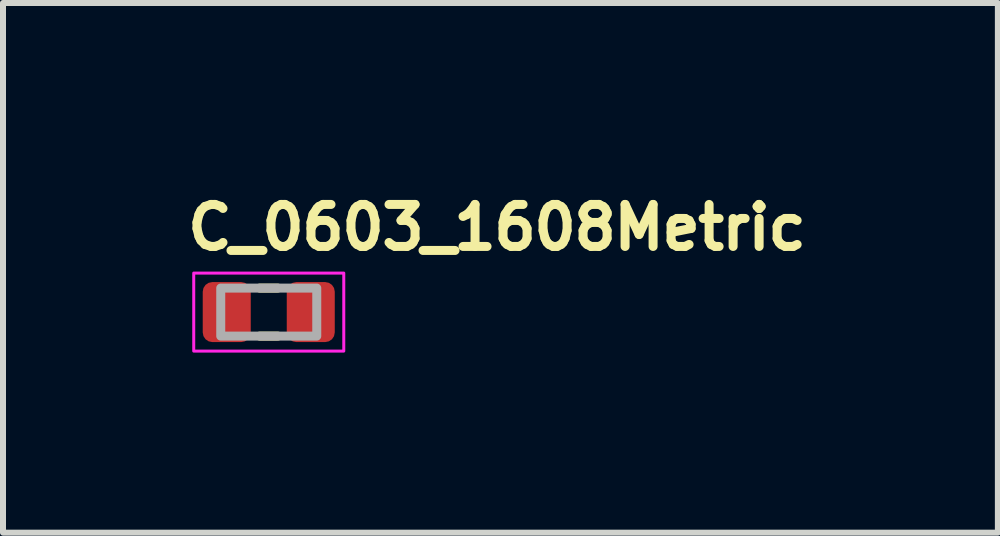
<source format=kicad_pcb>
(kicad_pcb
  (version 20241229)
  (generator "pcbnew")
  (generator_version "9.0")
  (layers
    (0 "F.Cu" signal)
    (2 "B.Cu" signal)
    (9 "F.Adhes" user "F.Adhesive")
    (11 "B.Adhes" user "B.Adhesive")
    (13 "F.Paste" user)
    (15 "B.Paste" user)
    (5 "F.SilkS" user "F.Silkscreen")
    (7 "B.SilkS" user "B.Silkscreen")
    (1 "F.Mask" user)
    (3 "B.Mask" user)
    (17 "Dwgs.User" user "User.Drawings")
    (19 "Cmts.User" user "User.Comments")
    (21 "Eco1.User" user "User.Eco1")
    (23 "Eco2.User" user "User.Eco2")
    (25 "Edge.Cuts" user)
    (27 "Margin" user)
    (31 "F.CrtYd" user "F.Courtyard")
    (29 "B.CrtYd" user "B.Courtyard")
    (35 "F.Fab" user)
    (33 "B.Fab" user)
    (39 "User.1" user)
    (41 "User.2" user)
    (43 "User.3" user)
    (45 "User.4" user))
  (footprint "C_0603_1608Metric"
    (layer "F.Cu")
    (at 1.428 2.15)
    (property "Reference" "C_0603_1608Metric" (at -1.428 -1 0) (layer "F.SilkS") (effects (font (size 0.7 0.7) (thickness 0.15)) (justify left bottom)))
    (attr smd)
    (fp_line (start -0.15 -0.4) (end 0.15 -0.4) (stroke (width 0.15) (type solid)) (layer "F.SilkS"))
    (fp_line (start -0.15 0.4) (end 0.15 0.4) (stroke (width 0.15) (type solid)) (layer "F.SilkS"))
    (fp_rect (start -1.25 -0.65) (end 1.25 0.65) (stroke (width 0.05) (type solid)) (fill no) (layer "F.CrtYd"))
    (fp_rect (start -0.8 -0.4) (end 0.8 0.4) (stroke (width 0.15) (type solid)) (fill no) (layer "F.Fab"))
    (fp_rect (start -0.8 -0.45) (end 0.8 0.45) (stroke (width 0.1) (type solid)) (fill no) (layer "User.5"))
    (fp_line (start -0.801 -0.434) (end -0.801 -0.434) (stroke (width 0.02) (type solid)) (layer "User.9"))
    (fp_line (start -0.801 -0.434) (end -0.801 0.432) (stroke (width 0.02) (type solid)) (layer "User.9"))
    (fp_line (start -0.801 -0.434) (end -0.8 -0.434) (stroke (width 0.02) (type solid)) (layer "User.9"))
    (fp_line (start -0.801 0.432) (end -0.801 0.432) (stroke (width 0.02) (type solid)) (layer "User.9"))
    (fp_line (start -0.801 0.432) (end -0.8 0.433) (stroke (width 0.02) (type solid)) (layer "User.9"))
    (fp_line (start -0.8 -0.44) (end -0.8 -0.439) (stroke (width 0.02) (type solid)) (layer "User.9"))
    (fp_line (start -0.8 -0.439) (end -0.8 -0.438) (stroke (width 0.02) (type solid)) (layer "User.9"))
    (fp_line (start -0.8 -0.438) (end -0.8 -0.438) (stroke (width 0.02) (type solid)) (layer "User.9"))
    (fp_line (start -0.8 -0.438) (end -0.8 -0.437) (stroke (width 0.02) (type solid)) (layer "User.9"))
    (fp_line (start -0.8 -0.437) (end -0.8 -0.436) (stroke (width 0.02) (type solid)) (layer "User.9"))
    (fp_line (start -0.8 -0.436) (end -0.8 -0.435) (stroke (width 0.02) (type solid)) (layer "User.9"))
    (fp_line (start -0.8 -0.435) (end -0.801 -0.434) (stroke (width 0.02) (type solid)) (layer "User.9"))
    (fp_line (start -0.8 -0.434) (end -0.8 -0.433) (stroke (width 0.02) (type solid)) (layer "User.9"))
    (fp_line (start -0.8 -0.433) (end -0.8 -0.432) (stroke (width 0.02) (type solid)) (layer "User.9"))
    (fp_line (start -0.8 -0.432) (end -0.8 -0.431) (stroke (width 0.02) (type solid)) (layer "User.9"))
    (fp_line (start -0.8 -0.431) (end -0.8 -0.431) (stroke (width 0.02) (type solid)) (layer "User.9"))
    (fp_line (start -0.8 -0.431) (end -0.8 -0.43) (stroke (width 0.02) (type solid)) (layer "User.9"))
    (fp_line (start -0.8 -0.43) (end -0.8 -0.429) (stroke (width 0.02) (type solid)) (layer "User.9"))
    (fp_line (start -0.8 -0.429) (end -0.799 -0.428) (stroke (width 0.02) (type solid)) (layer "User.9"))
    (fp_line (start -0.8 0.427) (end -0.8 0.428) (stroke (width 0.02) (type solid)) (layer "User.9"))
    (fp_line (start -0.8 0.428) (end -0.8 0.429) (stroke (width 0.02) (type solid)) (layer "User.9"))
    (fp_line (start -0.8 0.429) (end -0.8 0.429) (stroke (width 0.02) (type solid)) (layer "User.9"))
    (fp_line (start -0.8 0.429) (end -0.8 0.43) (stroke (width 0.02) (type solid)) (layer "User.9"))
    (fp_line (start -0.8 0.43) (end -0.8 0.431) (stroke (width 0.02) (type solid)) (layer "User.9"))
    (fp_line (start -0.8 0.431) (end -0.8 0.432) (stroke (width 0.02) (type solid)) (layer "User.9"))
    (fp_line (start -0.8 0.432) (end -0.801 0.432) (stroke (width 0.02) (type solid)) (layer "User.9"))
    (fp_line (start -0.8 0.433) (end -0.8 0.434) (stroke (width 0.02) (type solid)) (layer "User.9"))
    (fp_line (start -0.8 0.434) (end -0.8 0.435) (stroke (width 0.02) (type solid)) (layer "User.9"))
    (fp_line (start -0.8 0.435) (end -0.8 0.436) (stroke (width 0.02) (type solid)) (layer "User.9"))
    (fp_line (start -0.8 0.436) (end -0.8 0.436) (stroke (width 0.02) (type solid)) (layer "User.9"))
    (fp_line (start -0.8 0.436) (end -0.8 0.437) (stroke (width 0.02) (type solid)) (layer "User.9"))
    (fp_line (start -0.8 0.437) (end -0.8 0.438) (stroke (width 0.02) (type solid)) (layer "User.9"))
    (fp_line (start -0.8 0.438) (end -0.799 0.439) (stroke (width 0.02) (type solid)) (layer "User.9"))
    (fp_line (start -0.799 -0.442) (end -0.799 -0.441) (stroke (width 0.02) (type solid)) (layer "User.9"))
    (fp_line (start -0.799 -0.441) (end -0.8 -0.44) (stroke (width 0.02) (type solid)) (layer "User.9"))
    (fp_line (start -0.799 -0.441) (end -0.799 -0.441) (stroke (width 0.02) (type solid)) (layer "User.9"))
    (fp_line (start -0.799 -0.428) (end -0.799 -0.428) (stroke (width 0.02) (type solid)) (layer "User.9"))
    (fp_line (start -0.799 -0.428) (end -0.799 -0.427) (stroke (width 0.02) (type solid)) (layer "User.9"))
    (fp_line (start -0.799 -0.427) (end -0.798 -0.426) (stroke (width 0.02) (type solid)) (layer "User.9"))
    (fp_line (start -0.799 0.425) (end -0.799 0.426) (stroke (width 0.02) (type solid)) (layer "User.9"))
    (fp_line (start -0.799 0.426) (end -0.8 0.427) (stroke (width 0.02) (type solid)) (layer "User.9"))
    (fp_line (start -0.799 0.426) (end -0.799 0.426) (stroke (width 0.02) (type solid)) (layer "User.9"))
    (fp_line (start -0.799 0.439) (end -0.799 0.439) (stroke (width 0.02) (type solid)) (layer "User.9"))
    (fp_line (start -0.799 0.439) (end -0.799 0.44) (stroke (width 0.02) (type solid)) (layer "User.9"))
    (fp_line (start -0.799 0.44) (end -0.798 0.441) (stroke (width 0.02) (type solid)) (layer "User.9"))
    (fp_line (start -0.798 -0.443) (end -0.799 -0.442) (stroke (width 0.02) (type solid)) (layer "User.9"))
    (fp_line (start -0.798 -0.443) (end -0.798 -0.443) (stroke (width 0.02) (type solid)) (layer "User.9"))
    (fp_line (start -0.798 -0.426) (end -0.798 -0.426) (stroke (width 0.02) (type solid)) (layer "User.9"))
    (fp_line (start -0.798 -0.426) (end -0.797 -0.425) (stroke (width 0.02) (type solid)) (layer "User.9"))
    (fp_line (start -0.798 0.424) (end -0.799 0.425) (stroke (width 0.02) (type solid)) (layer "User.9"))
    (fp_line (start -0.798 0.424) (end -0.798 0.424) (stroke (width 0.02) (type solid)) (layer "User.9"))
    (fp_line (start -0.798 0.441) (end -0.798 0.441) (stroke (width 0.02) (type solid)) (layer "User.9"))
    (fp_line (start -0.798 0.441) (end -0.797 0.442) (stroke (width 0.02) (type solid)) (layer "User.9"))
    (fp_line (start -0.797 -0.445) (end -0.797 -0.444) (stroke (width 0.02) (type solid)) (layer "User.9"))
    (fp_line (start -0.797 -0.444) (end -0.798 -0.443) (stroke (width 0.02) (type solid)) (layer "User.9"))
    (fp_line (start -0.797 -0.425) (end -0.797 -0.424) (stroke (width 0.02) (type solid)) (layer "User.9"))
    (fp_line (start -0.797 -0.424) (end -0.796 -0.424) (stroke (width 0.02) (type solid)) (layer "User.9"))
    (fp_line (start -0.797 0.422) (end -0.797 0.423) (stroke (width 0.02) (type solid)) (layer "User.9"))
    (fp_line (start -0.797 0.423) (end -0.798 0.424) (stroke (width 0.02) (type solid)) (layer "User.9"))
    (fp_line (start -0.797 0.442) (end -0.797 0.443) (stroke (width 0.02) (type solid)) (layer "User.9"))
    (fp_line (start -0.797 0.443) (end -0.796 0.443) (stroke (width 0.02) (type solid)) (layer "User.9"))
    (fp_line (start -0.796 -0.446) (end -0.796 -0.445) (stroke (width 0.02) (type solid)) (layer "User.9"))
    (fp_line (start -0.796 -0.445) (end -0.797 -0.445) (stroke (width 0.02) (type solid)) (layer "User.9"))
    (fp_line (start -0.796 -0.424) (end -0.796 -0.423) (stroke (width 0.02) (type solid)) (layer "User.9"))
    (fp_line (start -0.796 -0.423) (end -0.795 -0.423) (stroke (width 0.02) (type solid)) (layer "User.9"))
    (fp_line (start -0.796 0.421) (end -0.796 0.422) (stroke (width 0.02) (type solid)) (layer "User.9"))
    (fp_line (start -0.796 0.422) (end -0.797 0.422) (stroke (width 0.02) (type solid)) (layer "User.9"))
    (fp_line (start -0.796 0.443) (end -0.796 0.444) (stroke (width 0.02) (type solid)) (layer "User.9"))
    (fp_line (start -0.796 0.444) (end -0.795 0.444) (stroke (width 0.02) (type solid)) (layer "User.9"))
    (fp_line (start -0.795 -0.447) (end -0.795 -0.446) (stroke (width 0.02) (type solid)) (layer "User.9"))
    (fp_line (start -0.795 -0.446) (end -0.796 -0.446) (stroke (width 0.02) (type solid)) (layer "User.9"))
    (fp_line (start -0.795 -0.423) (end -0.795 -0.422) (stroke (width 0.02) (type solid)) (layer "User.9"))
    (fp_line (start -0.795 -0.422) (end -0.794 -0.422) (stroke (width 0.02) (type solid)) (layer "User.9"))
    (fp_line (start -0.795 0.42) (end -0.795 0.421) (stroke (width 0.02) (type solid)) (layer "User.9"))
    (fp_line (start -0.795 0.421) (end -0.796 0.421) (stroke (width 0.02) (type solid)) (layer "User.9"))
    (fp_line (start -0.795 0.444) (end -0.795 0.445) (stroke (width 0.02) (type solid)) (layer "User.9"))
    (fp_line (start -0.795 0.445) (end -0.794 0.445) (stroke (width 0.02) (type solid)) (layer "User.9"))
    (fp_line (start -0.794 -0.447) (end -0.795 -0.447) (stroke (width 0.02) (type solid)) (layer "User.9"))
    (fp_line (start -0.794 -0.422) (end -0.793 -0.421) (stroke (width 0.02) (type solid)) (layer "User.9"))
    (fp_line (start -0.794 0.42) (end -0.795 0.42) (stroke (width 0.02) (type solid)) (layer "User.9"))
    (fp_line (start -0.794 0.445) (end -0.793 0.446) (stroke (width 0.02) (type solid)) (layer "User.9"))
    (fp_line (start -0.793 -0.448) (end -0.794 -0.447) (stroke (width 0.02) (type solid)) (layer "User.9"))
    (fp_line (start -0.793 -0.448) (end -0.793 -0.448) (stroke (width 0.02) (type solid)) (layer "User.9"))
    (fp_line (start -0.793 -0.421) (end -0.793 -0.421) (stroke (width 0.02) (type solid)) (layer "User.9"))
    (fp_line (start -0.793 -0.421) (end -0.792 -0.42) (stroke (width 0.02) (type solid)) (layer "User.9"))
    (fp_line (start -0.793 0.419) (end -0.794 0.42) (stroke (width 0.02) (type solid)) (layer "User.9"))
    (fp_line (start -0.793 0.419) (end -0.793 0.419) (stroke (width 0.02) (type solid)) (layer "User.9"))
    (fp_line (start -0.793 0.446) (end -0.793 0.446) (stroke (width 0.02) (type solid)) (layer "User.9"))
    (fp_line (start -0.793 0.446) (end -0.792 0.448) (stroke (width 0.02) (type solid)) (layer "User.9"))
    (fp_line (start -0.792 -0.45) (end -0.793 -0.448) (stroke (width 0.02) (type solid)) (layer "User.9"))
    (fp_line (start -0.792 -0.42) (end -0.791 -0.42) (stroke (width 0.02) (type solid)) (layer "User.9"))
    (fp_line (start -0.792 0.418) (end -0.793 0.419) (stroke (width 0.02) (type solid)) (layer "User.9"))
    (fp_line (start -0.792 0.448) (end -0.791 0.448) (stroke (width 0.02) (type solid)) (layer "User.9"))
    (fp_line (start -0.791 -0.45) (end -0.792 -0.45) (stroke (width 0.02) (type solid)) (layer "User.9"))
    (fp_line (start -0.791 -0.45) (end -0.791 -0.45) (stroke (width 0.02) (type solid)) (layer "User.9"))
    (fp_line (start -0.791 -0.42) (end -0.791 -0.42) (stroke (width 0.02) (type solid)) (layer "User.9"))
    (fp_line (start -0.791 -0.42) (end -0.79 -0.419) (stroke (width 0.02) (type solid)) (layer "User.9"))
    (fp_line (start -0.791 0.418) (end -0.792 0.418) (stroke (width 0.02) (type solid)) (layer "User.9"))
    (fp_line (start -0.791 0.418) (end -0.791 0.418) (stroke (width 0.02) (type solid)) (layer "User.9"))
    (fp_line (start -0.791 0.448) (end -0.791 0.448) (stroke (width 0.02) (type solid)) (layer "User.9"))
    (fp_line (start -0.791 0.448) (end -0.79 0.449) (stroke (width 0.02) (type solid)) (layer "User.9"))
    (fp_line (start -0.79 -0.451) (end -0.791 -0.45) (stroke (width 0.02) (type solid)) (layer "User.9"))
    (fp_line (start -0.79 -0.419) (end -0.789 -0.419) (stroke (width 0.02) (type solid)) (layer "User.9"))
    (fp_line (start -0.79 0.417) (end -0.791 0.418) (stroke (width 0.02) (type solid)) (layer "User.9"))
    (fp_line (start -0.79 0.449) (end -0.789 0.449) (stroke (width 0.02) (type solid)) (layer "User.9"))
    (fp_line (start -0.789 -0.451) (end -0.79 -0.451) (stroke (width 0.02) (type solid)) (layer "User.9"))
    (fp_line (start -0.789 -0.419) (end -0.788 -0.419) (stroke (width 0.02) (type solid)) (layer "User.9"))
    (fp_line (start -0.789 0.417) (end -0.79 0.417) (stroke (width 0.02) (type solid)) (layer "User.9"))
    (fp_line (start -0.789 0.449) (end -0.788 0.449) (stroke (width 0.02) (type solid)) (layer "User.9"))
    (fp_line (start -0.788 -0.451) (end -0.789 -0.451) (stroke (width 0.02) (type solid)) (layer "User.9"))
    (fp_line (start -0.788 -0.451) (end -0.788 -0.451) (stroke (width 0.02) (type solid)) (layer "User.9"))
    (fp_line (start -0.788 -0.419) (end -0.788 -0.419) (stroke (width 0.02) (type solid)) (layer "User.9"))
    (fp_line (start -0.788 -0.419) (end -0.787 -0.419) (stroke (width 0.02) (type solid)) (layer "User.9"))
    (fp_line (start -0.788 0.417) (end -0.789 0.417) (stroke (width 0.02) (type solid)) (layer "User.9"))
    (fp_line (start -0.788 0.417) (end -0.788 0.417) (stroke (width 0.02) (type solid)) (layer "User.9"))
    (fp_line (start -0.788 0.449) (end -0.788 0.449) (stroke (width 0.02) (type solid)) (layer "User.9"))
    (fp_line (start -0.788 0.449) (end -0.787 0.449) (stroke (width 0.02) (type solid)) (layer "User.9"))
    (fp_line (start -0.787 -0.451) (end -0.788 -0.451) (stroke (width 0.02) (type solid)) (layer "User.9"))
    (fp_line (start -0.787 -0.419) (end -0.786 -0.419) (stroke (width 0.02) (type solid)) (layer "User.9"))
    (fp_line (start -0.787 0.417) (end -0.788 0.417) (stroke (width 0.02) (type solid)) (layer "User.9"))
    (fp_line (start -0.787 0.449) (end -0.786 0.449) (stroke (width 0.02) (type solid)) (layer "User.9"))
    (fp_line (start -0.786 -0.451) (end -0.787 -0.451) (stroke (width 0.02) (type solid)) (layer "User.9"))
    (fp_line (start -0.786 -0.419) (end -0.785 -0.419) (stroke (width 0.02) (type solid)) (layer "User.9"))
    (fp_line (start -0.786 0.417) (end -0.787 0.417) (stroke (width 0.02) (type solid)) (layer "User.9"))
    (fp_line (start -0.786 0.449) (end -0.785 0.449) (stroke (width 0.02) (type solid)) (layer "User.9"))
    (fp_line (start -0.785 -0.452) (end -0.785 -0.452) (stroke (width 0.02) (type solid)) (layer "User.9"))
    (fp_line (start -0.785 -0.452) (end -0.785 -0.451) (stroke (width 0.02) (type solid)) (layer "User.9"))
    (fp_line (start -0.785 -0.451) (end -0.786 -0.451) (stroke (width 0.02) (type solid)) (layer "User.9"))
    (fp_line (start -0.785 -0.419) (end -0.785 -0.418) (stroke (width 0.02) (type solid)) (layer "User.9"))
    (fp_line (start -0.785 -0.418) (end -0.785 -0.418) (stroke (width 0.02) (type solid)) (layer "User.9"))
    (fp_line (start -0.785 -0.418) (end -0.784 -0.419) (stroke (width 0.02) (type solid)) (layer "User.9"))
    (fp_line (start -0.785 0.416) (end -0.785 0.416) (stroke (width 0.02) (type solid)) (layer "User.9"))
    (fp_line (start -0.785 0.416) (end -0.785 0.417) (stroke (width 0.02) (type solid)) (layer "User.9"))
    (fp_line (start -0.785 0.417) (end -0.786 0.417) (stroke (width 0.02) (type solid)) (layer "User.9"))
    (fp_line (start -0.785 0.449) (end -0.785 0.45) (stroke (width 0.02) (type solid)) (layer "User.9"))
    (fp_line (start -0.785 0.45) (end -0.785 0.45) (stroke (width 0.02) (type solid)) (layer "User.9"))
    (fp_line (start -0.785 0.45) (end -0.784 0.449) (stroke (width 0.02) (type solid)) (layer "User.9"))
    (fp_line (start -0.784 -0.451) (end -0.785 -0.452) (stroke (width 0.02) (type solid)) (layer "User.9"))
    (fp_line (start -0.784 -0.419) (end -0.783 -0.419) (stroke (width 0.02) (type solid)) (layer "User.9"))
    (fp_line (start -0.784 0.417) (end -0.785 0.416) (stroke (width 0.02) (type solid)) (layer "User.9"))
    (fp_line (start -0.784 0.449) (end -0.783 0.449) (stroke (width 0.02) (type solid)) (layer "User.9"))
    (fp_line (start -0.783 -0.451) (end -0.784 -0.451) (stroke (width 0.02) (type solid)) (layer "User.9"))
    (fp_line (start -0.783 -0.419) (end -0.782 -0.419) (stroke (width 0.02) (type solid)) (layer "User.9"))
    (fp_line (start -0.783 0.417) (end -0.784 0.417) (stroke (width 0.02) (type solid)) (layer "User.9"))
    (fp_line (start -0.783 0.449) (end -0.782 0.449) (stroke (width 0.02) (type solid)) (layer "User.9"))
    (fp_line (start -0.782 -0.451) (end -0.783 -0.451) (stroke (width 0.02) (type solid)) (layer "User.9"))
    (fp_line (start -0.782 -0.419) (end -0.781 -0.419) (stroke (width 0.02) (type solid)) (layer "User.9"))
    (fp_line (start -0.782 0.417) (end -0.783 0.417) (stroke (width 0.02) (type solid)) (layer "User.9"))
    (fp_line (start -0.782 0.449) (end -0.781 0.449) (stroke (width 0.02) (type solid)) (layer "User.9"))
    (fp_line (start -0.781 -0.451) (end -0.782 -0.451) (stroke (width 0.02) (type solid)) (layer "User.9"))
    (fp_line (start -0.781 -0.451) (end -0.781 -0.451) (stroke (width 0.02) (type solid)) (layer "User.9"))
    (fp_line (start -0.781 -0.419) (end -0.781 -0.419) (stroke (width 0.02) (type solid)) (layer "User.9"))
    (fp_line (start -0.781 -0.419) (end -0.78 -0.419) (stroke (width 0.02) (type solid)) (layer "User.9"))
    (fp_line (start -0.781 0.417) (end -0.782 0.417) (stroke (width 0.02) (type solid)) (layer "User.9"))
    (fp_line (start -0.781 0.417) (end -0.781 0.417) (stroke (width 0.02) (type solid)) (layer "User.9"))
    (fp_line (start -0.781 0.449) (end -0.781 0.449) (stroke (width 0.02) (type solid)) (layer "User.9"))
    (fp_line (start -0.781 0.449) (end -0.78 0.449) (stroke (width 0.02) (type solid)) (layer "User.9"))
    (fp_line (start -0.78 -0.451) (end -0.781 -0.451) (stroke (width 0.02) (type solid)) (layer "User.9"))
    (fp_line (start -0.78 -0.419) (end -0.779 -0.419) (stroke (width 0.02) (type solid)) (layer "User.9"))
    (fp_line (start -0.78 0.417) (end -0.781 0.417) (stroke (width 0.02) (type solid)) (layer "User.9"))
    (fp_line (start -0.78 0.449) (end -0.779 0.449) (stroke (width 0.02) (type solid)) (layer "User.9"))
    (fp_line (start -0.779 -0.451) (end -0.78 -0.451) (stroke (width 0.02) (type solid)) (layer "User.9"))
    (fp_line (start -0.779 -0.419) (end -0.778 -0.42) (stroke (width 0.02) (type solid)) (layer "User.9"))
    (fp_line (start -0.779 0.417) (end -0.78 0.417) (stroke (width 0.02) (type solid)) (layer "User.9"))
    (fp_line (start -0.779 0.449) (end -0.778 0.448) (stroke (width 0.02) (type solid)) (layer "User.9"))
    (fp_line (start -0.778 -0.45) (end -0.779 -0.451) (stroke (width 0.02) (type solid)) (layer "User.9"))
    (fp_line (start -0.778 -0.45) (end -0.778 -0.45) (stroke (width 0.02) (type solid)) (layer "User.9"))
    (fp_line (start -0.778 -0.42) (end -0.778 -0.42) (stroke (width 0.02) (type solid)) (layer "User.9"))
    (fp_line (start -0.778 -0.42) (end -0.777 -0.42) (stroke (width 0.02) (type solid)) (layer "User.9"))
    (fp_line (start -0.778 0.418) (end -0.779 0.417) (stroke (width 0.02) (type solid)) (layer "User.9"))
    (fp_line (start -0.778 0.418) (end -0.778 0.418) (stroke (width 0.02) (type solid)) (layer "User.9"))
    (fp_line (start -0.778 0.448) (end -0.778 0.448) (stroke (width 0.02) (type solid)) (layer "User.9"))
    (fp_line (start -0.778 0.448) (end -0.777 0.448) (stroke (width 0.02) (type solid)) (layer "User.9"))
    (fp_line (start -0.777 -0.45) (end -0.778 -0.45) (stroke (width 0.02) (type solid)) (layer "User.9"))
    (fp_line (start -0.777 -0.42) (end -0.776 -0.421) (stroke (width 0.02) (type solid)) (layer "User.9"))
    (fp_line (start -0.777 0.418) (end -0.778 0.418) (stroke (width 0.02) (type solid)) (layer "User.9"))
    (fp_line (start -0.777 0.448) (end -0.776 0.446) (stroke (width 0.02) (type solid)) (layer "User.9"))
    (fp_line (start -0.776 -0.448) (end -0.777 -0.45) (stroke (width 0.02) (type solid)) (layer "User.9"))
    (fp_line (start -0.776 -0.448) (end -0.776 -0.448) (stroke (width 0.02) (type solid)) (layer "User.9"))
    (fp_line (start -0.776 -0.421) (end -0.776 -0.421) (stroke (width 0.02) (type solid)) (layer "User.9"))
    (fp_line (start -0.776 -0.421) (end -0.775 -0.422) (stroke (width 0.02) (type solid)) (layer "User.9"))
    (fp_line (start -0.776 0.419) (end -0.777 0.418) (stroke (width 0.02) (type solid)) (layer "User.9"))
    (fp_line (start -0.776 0.419) (end -0.776 0.419) (stroke (width 0.02) (type solid)) (layer "User.9"))
    (fp_line (start -0.776 0.446) (end -0.776 0.446) (stroke (width 0.02) (type solid)) (layer "User.9"))
    (fp_line (start -0.776 0.446) (end -0.775 0.445) (stroke (width 0.02) (type solid)) (layer "User.9"))
    (fp_line (start -0.775 -0.447) (end -0.776 -0.448) (stroke (width 0.02) (type solid)) (layer "User.9"))
    (fp_line (start -0.775 -0.422) (end -0.774 -0.422) (stroke (width 0.02) (type solid)) (layer "User.9"))
    (fp_line (start -0.775 0.42) (end -0.776 0.419) (stroke (width 0.02) (type solid)) (layer "User.9"))
    (fp_line (start -0.775 0.445) (end -0.774 0.445) (stroke (width 0.02) (type solid)) (layer "User.9"))
    (fp_line (start -0.774 -0.447) (end -0.775 -0.447) (stroke (width 0.02) (type solid)) (layer "User.9"))
    (fp_line (start -0.774 -0.446) (end -0.774 -0.447) (stroke (width 0.02) (type solid)) (layer "User.9"))
    (fp_line (start -0.774 -0.423) (end -0.773 -0.423) (stroke (width 0.02) (type solid)) (layer "User.9"))
    (fp_line (start -0.774 -0.422) (end -0.774 -0.423) (stroke (width 0.02) (type solid)) (layer "User.9"))
    (fp_line (start -0.774 0.42) (end -0.775 0.42) (stroke (width 0.02) (type solid)) (layer "User.9"))
    (fp_line (start -0.774 0.421) (end -0.774 0.42) (stroke (width 0.02) (type solid)) (layer "User.9"))
    (fp_line (start -0.774 0.444) (end -0.773 0.444) (stroke (width 0.02) (type solid)) (layer "User.9"))
    (fp_line (start -0.774 0.445) (end -0.774 0.444) (stroke (width 0.02) (type solid)) (layer "User.9"))
    (fp_line (start -0.773 -0.446) (end -0.774 -0.446) (stroke (width 0.02) (type solid)) (layer "User.9"))
    (fp_line (start -0.773 -0.445) (end -0.773 -0.446) (stroke (width 0.02) (type solid)) (layer "User.9"))
    (fp_line (start -0.773 -0.424) (end -0.772 -0.424) (stroke (width 0.02) (type solid)) (layer "User.9"))
    (fp_line (start -0.773 -0.423) (end -0.773 -0.424) (stroke (width 0.02) (type solid)) (layer "User.9"))
    (fp_line (start -0.773 0.421) (end -0.774 0.421) (stroke (width 0.02) (type solid)) (layer "User.9"))
    (fp_line (start -0.773 0.422) (end -0.773 0.421) (stroke (width 0.02) (type solid)) (layer "User.9"))
    (fp_line (start -0.773 0.443) (end -0.772 0.443) (stroke (width 0.02) (type solid)) (layer "User.9"))
    (fp_line (start -0.773 0.444) (end -0.773 0.443) (stroke (width 0.02) (type solid)) (layer "User.9"))
    (fp_line (start -0.772 -0.445) (end -0.773 -0.445) (stroke (width 0.02) (type solid)) (layer "User.9"))
    (fp_line (start -0.772 -0.444) (end -0.772 -0.445) (stroke (width 0.02) (type solid)) (layer "User.9"))
    (fp_line (start -0.772 -0.425) (end -0.771 -0.426) (stroke (width 0.02) (type solid)) (layer "User.9"))
    (fp_line (start -0.772 -0.424) (end -0.772 -0.425) (stroke (width 0.02) (type solid)) (layer "User.9"))
    (fp_line (start -0.772 0.422) (end -0.773 0.422) (stroke (width 0.02) (type solid)) (layer "User.9"))
    (fp_line (start -0.772 0.423) (end -0.772 0.422) (stroke (width 0.02) (type solid)) (layer "User.9"))
    (fp_line (start -0.772 0.442) (end -0.771 0.441) (stroke (width 0.02) (type solid)) (layer "User.9"))
    (fp_line (start -0.772 0.443) (end -0.772 0.442) (stroke (width 0.02) (type solid)) (layer "User.9"))
    (fp_line (start -0.771 -0.443) (end -0.772 -0.444) (stroke (width 0.02) (type solid)) (layer "User.9"))
    (fp_line (start -0.771 -0.443) (end -0.771 -0.443) (stroke (width 0.02) (type solid)) (layer "User.9"))
    (fp_line (start -0.771 -0.426) (end -0.771 -0.426) (stroke (width 0.02) (type solid)) (layer "User.9"))
    (fp_line (start -0.771 -0.426) (end -0.77 -0.427) (stroke (width 0.02) (type solid)) (layer "User.9"))
    (fp_line (start -0.771 0.424) (end -0.772 0.423) (stroke (width 0.02) (type solid)) (layer "User.9"))
    (fp_line (start -0.771 0.424) (end -0.771 0.424) (stroke (width 0.02) (type solid)) (layer "User.9"))
    (fp_line (start -0.771 0.441) (end -0.771 0.441) (stroke (width 0.02) (type solid)) (layer "User.9"))
    (fp_line (start -0.771 0.441) (end -0.77 0.44) (stroke (width 0.02) (type solid)) (layer "User.9"))
    (fp_line (start -0.77 -0.442) (end -0.771 -0.443) (stroke (width 0.02) (type solid)) (layer "User.9"))
    (fp_line (start -0.77 -0.441) (end -0.77 -0.442) (stroke (width 0.02) (type solid)) (layer "User.9"))
    (fp_line (start -0.77 -0.441) (end -0.77 -0.441) (stroke (width 0.02) (type solid)) (layer "User.9"))
    (fp_line (start -0.77 -0.428) (end -0.77 -0.428) (stroke (width 0.02) (type solid)) (layer "User.9"))
    (fp_line (start -0.77 -0.428) (end -0.769 -0.429) (stroke (width 0.02) (type solid)) (layer "User.9"))
    (fp_line (start -0.77 -0.427) (end -0.77 -0.428) (stroke (width 0.02) (type solid)) (layer "User.9"))
    (fp_line (start -0.77 0.425) (end -0.771 0.424) (stroke (width 0.02) (type solid)) (layer "User.9"))
    (fp_line (start -0.77 0.426) (end -0.77 0.425) (stroke (width 0.02) (type solid)) (layer "User.9"))
    (fp_line (start -0.77 0.426) (end -0.77 0.426) (stroke (width 0.02) (type solid)) (layer "User.9"))
    (fp_line (start -0.77 0.439) (end -0.77 0.439) (stroke (width 0.02) (type solid)) (layer "User.9"))
    (fp_line (start -0.77 0.439) (end -0.769 0.438) (stroke (width 0.02) (type solid)) (layer "User.9"))
    (fp_line (start -0.77 0.44) (end -0.77 0.439) (stroke (width 0.02) (type solid)) (layer "User.9"))
    (fp_line (start -0.769 -0.44) (end -0.77 -0.441) (stroke (width 0.02) (type solid)) (layer "User.9"))
    (fp_line (start -0.769 -0.439) (end -0.769 -0.44) (stroke (width 0.02) (type solid)) (layer "User.9"))
    (fp_line (start -0.769 -0.438) (end -0.769 -0.439) (stroke (width 0.02) (type solid)) (layer "User.9"))
    (fp_line (start -0.769 -0.438) (end -0.769 -0.438) (stroke (width 0.02) (type solid)) (layer "User.9"))
    (fp_line (start -0.769 -0.437) (end -0.769 -0.438) (stroke (width 0.02) (type solid)) (layer "User.9"))
    (fp_line (start -0.769 -0.436) (end -0.769 -0.437) (stroke (width 0.02) (type solid)) (layer "User.9"))
    (fp_line (start -0.769 -0.435) (end -0.769 -0.436) (stroke (width 0.02) (type solid)) (layer "User.9"))
    (fp_line (start -0.769 -0.434) (end -0.767 -0.434) (stroke (width 0.02) (type solid)) (layer "User.9"))
    (fp_line (start -0.769 -0.433) (end -0.769 -0.434) (stroke (width 0.02) (type solid)) (layer "User.9"))
    (fp_line (start -0.769 -0.432) (end -0.769 -0.433) (stroke (width 0.02) (type solid)) (layer "User.9"))
    (fp_line (start -0.769 -0.431) (end -0.769 -0.432) (stroke (width 0.02) (type solid)) (layer "User.9"))
    (fp_line (start -0.769 -0.431) (end -0.769 -0.431) (stroke (width 0.02) (type solid)) (layer "User.9"))
    (fp_line (start -0.769 -0.43) (end -0.769 -0.431) (stroke (width 0.02) (type solid)) (layer "User.9"))
    (fp_line (start -0.769 -0.429) (end -0.769 -0.43) (stroke (width 0.02) (type solid)) (layer "User.9"))
    (fp_line (start -0.769 0.427) (end -0.77 0.426) (stroke (width 0.02) (type solid)) (layer "User.9"))
    (fp_line (start -0.769 0.428) (end -0.769 0.427) (stroke (width 0.02) (type solid)) (layer "User.9"))
    (fp_line (start -0.769 0.429) (end -0.769 0.428) (stroke (width 0.02) (type solid)) (layer "User.9"))
    (fp_line (start -0.769 0.429) (end -0.769 0.429) (stroke (width 0.02) (type solid)) (layer "User.9"))
    (fp_line (start -0.769 0.43) (end -0.769 0.429) (stroke (width 0.02) (type solid)) (layer "User.9"))
    (fp_line (start -0.769 0.431) (end -0.769 0.43) (stroke (width 0.02) (type solid)) (layer "User.9"))
    (fp_line (start -0.769 0.432) (end -0.769 0.431) (stroke (width 0.02) (type solid)) (layer "User.9"))
    (fp_line (start -0.769 0.433) (end -0.767 0.432) (stroke (width 0.02) (type solid)) (layer "User.9"))
    (fp_line (start -0.769 0.434) (end -0.769 0.433) (stroke (width 0.02) (type solid)) (layer "User.9"))
    (fp_line (start -0.769 0.435) (end -0.769 0.434) (stroke (width 0.02) (type solid)) (layer "User.9"))
    (fp_line (start -0.769 0.436) (end -0.769 0.435) (stroke (width 0.02) (type solid)) (layer "User.9"))
    (fp_line (start -0.769 0.436) (end -0.769 0.436) (stroke (width 0.02) (type solid)) (layer "User.9"))
    (fp_line (start -0.769 0.437) (end -0.769 0.436) (stroke (width 0.02) (type solid)) (layer "User.9"))
    (fp_line (start -0.769 0.438) (end -0.769 0.437) (stroke (width 0.02) (type solid)) (layer "User.9"))
    (fp_line (start -0.767 -0.434) (end -0.769 -0.435) (stroke (width 0.02) (type solid)) (layer "User.9"))
    (fp_line (start -0.767 -0.434) (end -0.767 -0.434) (stroke (width 0.02) (type solid)) (layer "User.9"))
    (fp_line (start -0.767 -0.434) (end -0.767 -0.434) (stroke (width 0.02) (type solid)) (layer "User.9"))
    (fp_line (start -0.767 0.432) (end -0.769 0.432) (stroke (width 0.02) (type solid)) (layer "User.9"))
    (fp_line (start -0.767 0.432) (end -0.767 0.432) (stroke (width 0.02) (type solid)) (layer "User.9"))
    (fp_line (start -0.767 0.432) (end -0.767 0.432) (stroke (width 0.02) (type solid)) (layer "User.9"))
    (fp_line (start -0.451 -0.452) (end -0.785 -0.452) (stroke (width 0.02) (type solid)) (layer "User.9"))
    (fp_line (start -0.451 -0.452) (end -0.451 -0.434) (stroke (width 0.02) (type solid)) (layer "User.9"))
    (fp_line (start -0.451 -0.434) (end -0.451 0.432) (stroke (width 0.02) (type solid)) (layer "User.9"))
    (fp_line (start -0.451 0.432) (end -0.451 0.45) (stroke (width 0.02) (type solid)) (layer "User.9"))
    (fp_line (start -0.451 0.443) (end 0.451 0.443) (stroke (width 0.02) (type solid)) (layer "User.9"))
    (fp_line (start -0.451 0.45) (end -0.785 0.45) (stroke (width 0.02) (type solid)) (layer "User.9"))
    (fp_line (start 0.451 -0.452) (end 0.785 -0.452) (stroke (width 0.02) (type solid)) (layer "User.9"))
    (fp_line (start 0.451 -0.446) (end -0.451 -0.446) (stroke (width 0.02) (type solid)) (layer "User.9"))
    (fp_line (start 0.451 -0.434) (end 0.451 -0.452) (stroke (width 0.02) (type solid)) (layer "User.9"))
    (fp_line (start 0.451 0.432) (end 0.451 -0.434) (stroke (width 0.02) (type solid)) (layer "User.9"))
    (fp_line (start 0.451 0.45) (end 0.451 0.432) (stroke (width 0.02) (type solid)) (layer "User.9"))
    (fp_line (start 0.451 0.45) (end 0.785 0.45) (stroke (width 0.02) (type solid)) (layer "User.9"))
    (fp_line (start 0.769 -0.44) (end 0.769 -0.439) (stroke (width 0.02) (type solid)) (layer "User.9"))
    (fp_line (start 0.769 -0.439) (end 0.769 -0.438) (stroke (width 0.02) (type solid)) (layer "User.9"))
    (fp_line (start 0.769 -0.438) (end 0.769 -0.438) (stroke (width 0.02) (type solid)) (layer "User.9"))
    (fp_line (start 0.769 -0.438) (end 0.769 -0.437) (stroke (width 0.02) (type solid)) (layer "User.9"))
    (fp_line (start 0.769 -0.437) (end 0.769 -0.436) (stroke (width 0.02) (type solid)) (layer "User.9"))
    (fp_line (start 0.769 -0.436) (end 0.769 -0.435) (stroke (width 0.02) (type solid)) (layer "User.9"))
    (fp_line (start 0.769 -0.435) (end 0.769 -0.434) (stroke (width 0.02) (type solid)) (layer "User.9"))
    (fp_line (start 0.769 -0.434) (end 0.769 -0.434) (stroke (width 0.02) (type solid)) (layer "User.9"))
    (fp_line (start 0.769 -0.434) (end 0.769 -0.434) (stroke (width 0.02) (type solid)) (layer "User.9"))
    (fp_line (start 0.769 -0.434) (end 0.769 -0.433) (stroke (width 0.02) (type solid)) (layer "User.9"))
    (fp_line (start 0.769 -0.433) (end 0.769 -0.432) (stroke (width 0.02) (type solid)) (layer "User.9"))
    (fp_line (start 0.769 -0.432) (end 0.769 -0.431) (stroke (width 0.02) (type solid)) (layer "User.9"))
    (fp_line (start 0.769 -0.431) (end 0.769 -0.431) (stroke (width 0.02) (type solid)) (layer "User.9"))
    (fp_line (start 0.769 -0.431) (end 0.769 -0.43) (stroke (width 0.02) (type solid)) (layer "User.9"))
    (fp_line (start 0.769 -0.43) (end 0.769 -0.429) (stroke (width 0.02) (type solid)) (layer "User.9"))
    (fp_line (start 0.769 -0.429) (end 0.77 -0.428) (stroke (width 0.02) (type solid)) (layer "User.9"))
    (fp_line (start 0.769 0.427) (end 0.769 0.428) (stroke (width 0.02) (type solid)) (layer "User.9"))
    (fp_line (start 0.769 0.428) (end 0.769 0.429) (stroke (width 0.02) (type solid)) (layer "User.9"))
    (fp_line (start 0.769 0.429) (end 0.769 0.429) (stroke (width 0.02) (type solid)) (layer "User.9"))
    (fp_line (start 0.769 0.429) (end 0.769 0.43) (stroke (width 0.02) (type solid)) (layer "User.9"))
    (fp_line (start 0.769 0.43) (end 0.769 0.431) (stroke (width 0.02) (type solid)) (layer "User.9"))
    (fp_line (start 0.769 0.431) (end 0.769 0.432) (stroke (width 0.02) (type solid)) (layer "User.9"))
    (fp_line (start 0.769 0.432) (end 0.769 0.432) (stroke (width 0.02) (type solid)) (layer "User.9"))
    (fp_line (start 0.769 0.432) (end 0.769 0.432) (stroke (width 0.02) (type solid)) (layer "User.9"))
    (fp_line (start 0.769 0.432) (end 0.769 0.433) (stroke (width 0.02) (type solid)) (layer "User.9"))
    (fp_line (start 0.769 0.433) (end 0.769 0.434) (stroke (width 0.02) (type solid)) (layer "User.9"))
    (fp_line (start 0.769 0.434) (end 0.769 0.435) (stroke (width 0.02) (type solid)) (layer "User.9"))
    (fp_line (start 0.769 0.435) (end 0.769 0.436) (stroke (width 0.02) (type solid)) (layer "User.9"))
    (fp_line (start 0.769 0.436) (end 0.769 0.436) (stroke (width 0.02) (type solid)) (layer "User.9"))
    (fp_line (start 0.769 0.436) (end 0.769 0.437) (stroke (width 0.02) (type solid)) (layer "User.9"))
    (fp_line (start 0.769 0.437) (end 0.769 0.438) (stroke (width 0.02) (type solid)) (layer "User.9"))
    (fp_line (start 0.769 0.438) (end 0.77 0.439) (stroke (width 0.02) (type solid)) (layer "User.9"))
    (fp_line (start 0.77 -0.442) (end 0.77 -0.441) (stroke (width 0.02) (type solid)) (layer "User.9"))
    (fp_line (start 0.77 -0.441) (end 0.769 -0.44) (stroke (width 0.02) (type solid)) (layer "User.9"))
    (fp_line (start 0.77 -0.441) (end 0.77 -0.441) (stroke (width 0.02) (type solid)) (layer "User.9"))
    (fp_line (start 0.77 -0.428) (end 0.77 -0.428) (stroke (width 0.02) (type solid)) (layer "User.9"))
    (fp_line (start 0.77 -0.428) (end 0.77 -0.427) (stroke (width 0.02) (type solid)) (layer "User.9"))
    (fp_line (start 0.77 -0.427) (end 0.771 -0.426) (stroke (width 0.02) (type solid)) (layer "User.9"))
    (fp_line (start 0.77 0.425) (end 0.77 0.426) (stroke (width 0.02) (type solid)) (layer "User.9"))
    (fp_line (start 0.77 0.426) (end 0.769 0.427) (stroke (width 0.02) (type solid)) (layer "User.9"))
    (fp_line (start 0.77 0.426) (end 0.77 0.426) (stroke (width 0.02) (type solid)) (layer "User.9"))
    (fp_line (start 0.77 0.439) (end 0.77 0.439) (stroke (width 0.02) (type solid)) (layer "User.9"))
    (fp_line (start 0.77 0.439) (end 0.77 0.44) (stroke (width 0.02) (type solid)) (layer "User.9"))
    (fp_line (start 0.77 0.44) (end 0.771 0.441) (stroke (width 0.02) (type solid)) (layer "User.9"))
    (fp_line (start 0.771 -0.443) (end 0.77 -0.442) (stroke (width 0.02) (type solid)) (layer "User.9"))
    (fp_line (start 0.771 -0.443) (end 0.771 -0.443) (stroke (width 0.02) (type solid)) (layer "User.9"))
    (fp_line (start 0.771 -0.426) (end 0.771 -0.426) (stroke (width 0.02) (type solid)) (layer "User.9"))
    (fp_line (start 0.771 -0.426) (end 0.772 -0.425) (stroke (width 0.02) (type solid)) (layer "User.9"))
    (fp_line (start 0.771 0.424) (end 0.77 0.425) (stroke (width 0.02) (type solid)) (layer "User.9"))
    (fp_line (start 0.771 0.424) (end 0.771 0.424) (stroke (width 0.02) (type solid)) (layer "User.9"))
    (fp_line (start 0.771 0.441) (end 0.771 0.441) (stroke (width 0.02) (type solid)) (layer "User.9"))
    (fp_line (start 0.771 0.441) (end 0.772 0.442) (stroke (width 0.02) (type solid)) (layer "User.9"))
    (fp_line (start 0.772 -0.445) (end 0.772 -0.444) (stroke (width 0.02) (type solid)) (layer "User.9"))
    (fp_line (start 0.772 -0.444) (end 0.771 -0.443) (stroke (width 0.02) (type solid)) (layer "User.9"))
    (fp_line (start 0.772 -0.425) (end 0.772 -0.424) (stroke (width 0.02) (type solid)) (layer "User.9"))
    (fp_line (start 0.772 -0.424) (end 0.773 -0.424) (stroke (width 0.02) (type solid)) (layer "User.9"))
    (fp_line (start 0.772 0.422) (end 0.772 0.423) (stroke (width 0.02) (type solid)) (layer "User.9"))
    (fp_line (start 0.772 0.423) (end 0.771 0.424) (stroke (width 0.02) (type solid)) (layer "User.9"))
    (fp_line (start 0.772 0.442) (end 0.772 0.443) (stroke (width 0.02) (type solid)) (layer "User.9"))
    (fp_line (start 0.772 0.443) (end 0.773 0.443) (stroke (width 0.02) (type solid)) (layer "User.9"))
    (fp_line (start 0.773 -0.446) (end 0.773 -0.445) (stroke (width 0.02) (type solid)) (layer "User.9"))
    (fp_line (start 0.773 -0.445) (end 0.772 -0.445) (stroke (width 0.02) (type solid)) (layer "User.9"))
    (fp_line (start 0.773 -0.424) (end 0.773 -0.423) (stroke (width 0.02) (type solid)) (layer "User.9"))
    (fp_line (start 0.773 -0.423) (end 0.774 -0.423) (stroke (width 0.02) (type solid)) (layer "User.9"))
    (fp_line (start 0.773 0.421) (end 0.773 0.422) (stroke (width 0.02) (type solid)) (layer "User.9"))
    (fp_line (start 0.773 0.422) (end 0.772 0.422) (stroke (width 0.02) (type solid)) (layer "User.9"))
    (fp_line (start 0.773 0.443) (end 0.773 0.444) (stroke (width 0.02) (type solid)) (layer "User.9"))
    (fp_line (start 0.773 0.444) (end 0.774 0.444) (stroke (width 0.02) (type solid)) (layer "User.9"))
    (fp_line (start 0.774 -0.447) (end 0.774 -0.446) (stroke (width 0.02) (type solid)) (layer "User.9"))
    (fp_line (start 0.774 -0.446) (end 0.773 -0.446) (stroke (width 0.02) (type solid)) (layer "User.9"))
    (fp_line (start 0.774 -0.423) (end 0.774 -0.422) (stroke (width 0.02) (type solid)) (layer "User.9"))
    (fp_line (start 0.774 -0.422) (end 0.775 -0.422) (stroke (width 0.02) (type solid)) (layer "User.9"))
    (fp_line (start 0.774 0.42) (end 0.774 0.421) (stroke (width 0.02) (type solid)) (layer "User.9"))
    (fp_line (start 0.774 0.421) (end 0.773 0.421) (stroke (width 0.02) (type solid)) (layer "User.9"))
    (fp_line (start 0.774 0.444) (end 0.774 0.445) (stroke (width 0.02) (type solid)) (layer "User.9"))
    (fp_line (start 0.774 0.445) (end 0.775 0.445) (stroke (width 0.02) (type solid)) (layer "User.9"))
    (fp_line (start 0.775 -0.447) (end 0.774 -0.447) (stroke (width 0.02) (type solid)) (layer "User.9"))
    (fp_line (start 0.775 -0.422) (end 0.776 -0.421) (stroke (width 0.02) (type solid)) (layer "User.9"))
    (fp_line (start 0.775 0.42) (end 0.774 0.42) (stroke (width 0.02) (type solid)) (layer "User.9"))
    (fp_line (start 0.775 0.445) (end 0.776 0.446) (stroke (width 0.02) (type solid)) (layer "User.9"))
    (fp_line (start 0.776 -0.448) (end 0.775 -0.447) (stroke (width 0.02) (type solid)) (layer "User.9"))
    (fp_line (start 0.776 -0.448) (end 0.776 -0.448) (stroke (width 0.02) (type solid)) (layer "User.9"))
    (fp_line (start 0.776 -0.421) (end 0.776 -0.421) (stroke (width 0.02) (type solid)) (layer "User.9"))
    (fp_line (start 0.776 -0.421) (end 0.777 -0.42) (stroke (width 0.02) (type solid)) (layer "User.9"))
    (fp_line (start 0.776 0.419) (end 0.775 0.42) (stroke (width 0.02) (type solid)) (layer "User.9"))
    (fp_line (start 0.776 0.419) (end 0.776 0.419) (stroke (width 0.02) (type solid)) (layer "User.9"))
    (fp_line (start 0.776 0.446) (end 0.776 0.446) (stroke (width 0.02) (type solid)) (layer "User.9"))
    (fp_line (start 0.776 0.446) (end 0.777 0.448) (stroke (width 0.02) (type solid)) (layer "User.9"))
    (fp_line (start 0.777 -0.45) (end 0.776 -0.448) (stroke (width 0.02) (type solid)) (layer "User.9"))
    (fp_line (start 0.777 -0.42) (end 0.778 -0.42) (stroke (width 0.02) (type solid)) (layer "User.9"))
    (fp_line (start 0.777 0.418) (end 0.776 0.419) (stroke (width 0.02) (type solid)) (layer "User.9"))
    (fp_line (start 0.777 0.448) (end 0.778 0.448) (stroke (width 0.02) (type solid)) (layer "User.9"))
    (fp_line (start 0.778 -0.45) (end 0.777 -0.45) (stroke (width 0.02) (type solid)) (layer "User.9"))
    (fp_line (start 0.778 -0.45) (end 0.778 -0.45) (stroke (width 0.02) (type solid)) (layer "User.9"))
    (fp_line (start 0.778 -0.42) (end 0.778 -0.42) (stroke (width 0.02) (type solid)) (layer "User.9"))
    (fp_line (start 0.778 -0.42) (end 0.779 -0.419) (stroke (width 0.02) (type solid)) (layer "User.9"))
    (fp_line (start 0.778 0.418) (end 0.777 0.418) (stroke (width 0.02) (type solid)) (layer "User.9"))
    (fp_line (start 0.778 0.418) (end 0.778 0.418) (stroke (width 0.02) (type solid)) (layer "User.9"))
    (fp_line (start 0.778 0.448) (end 0.778 0.448) (stroke (width 0.02) (type solid)) (layer "User.9"))
    (fp_line (start 0.778 0.448) (end 0.779 0.449) (stroke (width 0.02) (type solid)) (layer "User.9"))
    (fp_line (start 0.779 -0.451) (end 0.778 -0.45) (stroke (width 0.02) (type solid)) (layer "User.9"))
    (fp_line (start 0.779 -0.419) (end 0.78 -0.419) (stroke (width 0.02) (type solid)) (layer "User.9"))
    (fp_line (start 0.779 0.417) (end 0.778 0.418) (stroke (width 0.02) (type solid)) (layer "User.9"))
    (fp_line (start 0.779 0.449) (end 0.78 0.449) (stroke (width 0.02) (type solid)) (layer "User.9"))
    (fp_line (start 0.78 -0.451) (end 0.779 -0.451) (stroke (width 0.02) (type solid)) (layer "User.9"))
    (fp_line (start 0.78 -0.419) (end 0.781 -0.419) (stroke (width 0.02) (type solid)) (layer "User.9"))
    (fp_line (start 0.78 0.417) (end 0.779 0.417) (stroke (width 0.02) (type solid)) (layer "User.9"))
    (fp_line (start 0.78 0.449) (end 0.781 0.449) (stroke (width 0.02) (type solid)) (layer "User.9"))
    (fp_line (start 0.781 -0.451) (end 0.78 -0.451) (stroke (width 0.02) (type solid)) (layer "User.9"))
    (fp_line (start 0.781 -0.451) (end 0.781 -0.451) (stroke (width 0.02) (type solid)) (layer "User.9"))
    (fp_line (start 0.781 -0.419) (end 0.781 -0.419) (stroke (width 0.02) (type solid)) (layer "User.9"))
    (fp_line (start 0.781 -0.419) (end 0.782 -0.419) (stroke (width 0.02) (type solid)) (layer "User.9"))
    (fp_line (start 0.781 0.417) (end 0.78 0.417) (stroke (width 0.02) (type solid)) (layer "User.9"))
    (fp_line (start 0.781 0.417) (end 0.781 0.417) (stroke (width 0.02) (type solid)) (layer "User.9"))
    (fp_line (start 0.781 0.449) (end 0.781 0.449) (stroke (width 0.02) (type solid)) (layer "User.9"))
    (fp_line (start 0.781 0.449) (end 0.782 0.449) (stroke (width 0.02) (type solid)) (layer "User.9"))
    (fp_line (start 0.782 -0.451) (end 0.781 -0.451) (stroke (width 0.02) (type solid)) (layer "User.9"))
    (fp_line (start 0.782 -0.419) (end 0.783 -0.419) (stroke (width 0.02) (type solid)) (layer "User.9"))
    (fp_line (start 0.782 0.417) (end 0.781 0.417) (stroke (width 0.02) (type solid)) (layer "User.9"))
    (fp_line (start 0.782 0.449) (end 0.783 0.449) (stroke (width 0.02) (type solid)) (layer "User.9"))
    (fp_line (start 0.783 -0.451) (end 0.782 -0.451) (stroke (width 0.02) (type solid)) (layer "User.9"))
    (fp_line (start 0.783 -0.419) (end 0.784 -0.419) (stroke (width 0.02) (type solid)) (layer "User.9"))
    (fp_line (start 0.783 0.417) (end 0.782 0.417) (stroke (width 0.02) (type solid)) (layer "User.9"))
    (fp_line (start 0.783 0.449) (end 0.784 0.449) (stroke (width 0.02) (type solid)) (layer "User.9"))
    (fp_line (start 0.784 -0.451) (end 0.783 -0.451) (stroke (width 0.02) (type solid)) (layer "User.9"))
    (fp_line (start 0.784 -0.419) (end 0.785 -0.418) (stroke (width 0.02) (type solid)) (layer "User.9"))
    (fp_line (start 0.784 0.417) (end 0.783 0.417) (stroke (width 0.02) (type solid)) (layer "User.9"))
    (fp_line (start 0.784 0.449) (end 0.785 0.45) (stroke (width 0.02) (type solid)) (layer "User.9"))
    (fp_line (start 0.785 -0.452) (end 0.784 -0.451) (stroke (width 0.02) (type solid)) (layer "User.9"))
    (fp_line (start 0.785 -0.452) (end 0.785 -0.452) (stroke (width 0.02) (type solid)) (layer "User.9"))
    (fp_line (start 0.785 -0.451) (end 0.785 -0.452) (stroke (width 0.02) (type solid)) (layer "User.9"))
    (fp_line (start 0.785 -0.419) (end 0.786 -0.419) (stroke (width 0.02) (type solid)) (layer "User.9"))
    (fp_line (start 0.785 -0.418) (end 0.785 -0.419) (stroke (width 0.02) (type solid)) (layer "User.9"))
    (fp_line (start 0.785 -0.418) (end 0.785 -0.418) (stroke (width 0.02) (type solid)) (layer "User.9"))
    (fp_line (start 0.785 0.416) (end 0.784 0.417) (stroke (width 0.02) (type solid)) (layer "User.9"))
    (fp_line (start 0.785 0.416) (end 0.785 0.416) (stroke (width 0.02) (type solid)) (layer "User.9"))
    (fp_line (start 0.785 0.417) (end 0.785 0.416) (stroke (width 0.02) (type solid)) (layer "User.9"))
    (fp_line (start 0.785 0.449) (end 0.786 0.449) (stroke (width 0.02) (type solid)) (layer "User.9"))
    (fp_line (start 0.785 0.45) (end 0.785 0.449) (stroke (width 0.02) (type solid)) (layer "User.9"))
    (fp_line (start 0.785 0.45) (end 0.785 0.45) (stroke (width 0.02) (type solid)) (layer "User.9"))
    (fp_line (start 0.786 -0.451) (end 0.785 -0.451) (stroke (width 0.02) (type solid)) (layer "User.9"))
    (fp_line (start 0.786 -0.419) (end 0.787 -0.419) (stroke (width 0.02) (type solid)) (layer "User.9"))
    (fp_line (start 0.786 0.417) (end 0.785 0.417) (stroke (width 0.02) (type solid)) (layer "User.9"))
    (fp_line (start 0.786 0.449) (end 0.787 0.449) (stroke (width 0.02) (type solid)) (layer "User.9"))
    (fp_line (start 0.787 -0.451) (end 0.786 -0.451) (stroke (width 0.02) (type solid)) (layer "User.9"))
    (fp_line (start 0.787 -0.419) (end 0.788 -0.419) (stroke (width 0.02) (type solid)) (layer "User.9"))
    (fp_line (start 0.787 0.417) (end 0.786 0.417) (stroke (width 0.02) (type solid)) (layer "User.9"))
    (fp_line (start 0.787 0.449) (end 0.788 0.449) (stroke (width 0.02) (type solid)) (layer "User.9"))
    (fp_line (start 0.788 -0.451) (end 0.787 -0.451) (stroke (width 0.02) (type solid)) (layer "User.9"))
    (fp_line (start 0.788 -0.451) (end 0.788 -0.451) (stroke (width 0.02) (type solid)) (layer "User.9"))
    (fp_line (start 0.788 -0.419) (end 0.788 -0.419) (stroke (width 0.02) (type solid)) (layer "User.9"))
    (fp_line (start 0.788 -0.419) (end 0.789 -0.419) (stroke (width 0.02) (type solid)) (layer "User.9"))
    (fp_line (start 0.788 0.417) (end 0.787 0.417) (stroke (width 0.02) (type solid)) (layer "User.9"))
    (fp_line (start 0.788 0.417) (end 0.788 0.417) (stroke (width 0.02) (type solid)) (layer "User.9"))
    (fp_line (start 0.788 0.449) (end 0.788 0.449) (stroke (width 0.02) (type solid)) (layer "User.9"))
    (fp_line (start 0.788 0.449) (end 0.789 0.449) (stroke (width 0.02) (type solid)) (layer "User.9"))
    (fp_line (start 0.789 -0.451) (end 0.788 -0.451) (stroke (width 0.02) (type solid)) (layer "User.9"))
    (fp_line (start 0.789 -0.419) (end 0.79 -0.419) (stroke (width 0.02) (type solid)) (layer "User.9"))
    (fp_line (start 0.789 0.417) (end 0.788 0.417) (stroke (width 0.02) (type solid)) (layer "User.9"))
    (fp_line (start 0.789 0.449) (end 0.79 0.449) (stroke (width 0.02) (type solid)) (layer "User.9"))
    (fp_line (start 0.79 -0.451) (end 0.789 -0.451) (stroke (width 0.02) (type solid)) (layer "User.9"))
    (fp_line (start 0.79 -0.419) (end 0.791 -0.42) (stroke (width 0.02) (type solid)) (layer "User.9"))
    (fp_line (start 0.79 0.417) (end 0.789 0.417) (stroke (width 0.02) (type solid)) (layer "User.9"))
    (fp_line (start 0.79 0.449) (end 0.791 0.448) (stroke (width 0.02) (type solid)) (layer "User.9"))
    (fp_line (start 0.791 -0.45) (end 0.79 -0.451) (stroke (width 0.02) (type solid)) (layer "User.9"))
    (fp_line (start 0.791 -0.45) (end 0.791 -0.45) (stroke (width 0.02) (type solid)) (layer "User.9"))
    (fp_line (start 0.791 -0.42) (end 0.791 -0.42) (stroke (width 0.02) (type solid)) (layer "User.9"))
    (fp_line (start 0.791 -0.42) (end 0.792 -0.42) (stroke (width 0.02) (type solid)) (layer "User.9"))
    (fp_line (start 0.791 0.418) (end 0.79 0.417) (stroke (width 0.02) (type solid)) (layer "User.9"))
    (fp_line (start 0.791 0.418) (end 0.791 0.418) (stroke (width 0.02) (type solid)) (layer "User.9"))
    (fp_line (start 0.791 0.448) (end 0.791 0.448) (stroke (width 0.02) (type solid)) (layer "User.9"))
    (fp_line (start 0.791 0.448) (end 0.792 0.448) (stroke (width 0.02) (type solid)) (layer "User.9"))
    (fp_line (start 0.792 -0.45) (end 0.791 -0.45) (stroke (width 0.02) (type solid)) (layer "User.9"))
    (fp_line (start 0.792 -0.42) (end 0.793 -0.421) (stroke (width 0.02) (type solid)) (layer "User.9"))
    (fp_line (start 0.792 0.418) (end 0.791 0.418) (stroke (width 0.02) (type solid)) (layer "User.9"))
    (fp_line (start 0.792 0.448) (end 0.793 0.446) (stroke (width 0.02) (type solid)) (layer "User.9"))
    (fp_line (start 0.793 -0.448) (end 0.792 -0.45) (stroke (width 0.02) (type solid)) (layer "User.9"))
    (fp_line (start 0.793 -0.448) (end 0.793 -0.448) (stroke (width 0.02) (type solid)) (layer "User.9"))
    (fp_line (start 0.793 -0.421) (end 0.793 -0.421) (stroke (width 0.02) (type solid)) (layer "User.9"))
    (fp_line (start 0.793 -0.421) (end 0.794 -0.422) (stroke (width 0.02) (type solid)) (layer "User.9"))
    (fp_line (start 0.793 0.419) (end 0.792 0.418) (stroke (width 0.02) (type solid)) (layer "User.9"))
    (fp_line (start 0.793 0.419) (end 0.793 0.419) (stroke (width 0.02) (type solid)) (layer "User.9"))
    (fp_line (start 0.793 0.446) (end 0.793 0.446) (stroke (width 0.02) (type solid)) (layer "User.9"))
    (fp_line (start 0.793 0.446) (end 0.794 0.445) (stroke (width 0.02) (type solid)) (layer "User.9"))
    (fp_line (start 0.794 -0.447) (end 0.793 -0.448) (stroke (width 0.02) (type solid)) (layer "User.9"))
    (fp_line (start 0.794 -0.422) (end 0.795 -0.422) (stroke (width 0.02) (type solid)) (layer "User.9"))
    (fp_line (start 0.794 0.42) (end 0.793 0.419) (stroke (width 0.02) (type solid)) (layer "User.9"))
    (fp_line (start 0.794 0.445) (end 0.795 0.445) (stroke (width 0.02) (type solid)) (layer "User.9"))
    (fp_line (start 0.795 -0.447) (end 0.794 -0.447) (stroke (width 0.02) (type solid)) (layer "User.9"))
    (fp_line (start 0.795 -0.446) (end 0.795 -0.447) (stroke (width 0.02) (type solid)) (layer "User.9"))
    (fp_line (start 0.795 -0.423) (end 0.796 -0.423) (stroke (width 0.02) (type solid)) (layer "User.9"))
    (fp_line (start 0.795 -0.422) (end 0.795 -0.423) (stroke (width 0.02) (type solid)) (layer "User.9"))
    (fp_line (start 0.795 0.42) (end 0.794 0.42) (stroke (width 0.02) (type solid)) (layer "User.9"))
    (fp_line (start 0.795 0.421) (end 0.795 0.42) (stroke (width 0.02) (type solid)) (layer "User.9"))
    (fp_line (start 0.795 0.444) (end 0.796 0.444) (stroke (width 0.02) (type solid)) (layer "User.9"))
    (fp_line (start 0.795 0.445) (end 0.795 0.444) (stroke (width 0.02) (type solid)) (layer "User.9"))
    (fp_line (start 0.796 -0.446) (end 0.795 -0.446) (stroke (width 0.02) (type solid)) (layer "User.9"))
    (fp_line (start 0.796 -0.445) (end 0.796 -0.446) (stroke (width 0.02) (type solid)) (layer "User.9"))
    (fp_line (start 0.796 -0.424) (end 0.797 -0.424) (stroke (width 0.02) (type solid)) (layer "User.9"))
    (fp_line (start 0.796 -0.423) (end 0.796 -0.424) (stroke (width 0.02) (type solid)) (layer "User.9"))
    (fp_line (start 0.796 0.421) (end 0.795 0.421) (stroke (width 0.02) (type solid)) (layer "User.9"))
    (fp_line (start 0.796 0.422) (end 0.796 0.421) (stroke (width 0.02) (type solid)) (layer "User.9"))
    (fp_line (start 0.796 0.443) (end 0.797 0.443) (stroke (width 0.02) (type solid)) (layer "User.9"))
    (fp_line (start 0.796 0.444) (end 0.796 0.443) (stroke (width 0.02) (type solid)) (layer "User.9"))
    (fp_line (start 0.797 -0.445) (end 0.796 -0.445) (stroke (width 0.02) (type solid)) (layer "User.9"))
    (fp_line (start 0.797 -0.444) (end 0.797 -0.445) (stroke (width 0.02) (type solid)) (layer "User.9"))
    (fp_line (start 0.797 -0.425) (end 0.798 -0.426) (stroke (width 0.02) (type solid)) (layer "User.9"))
    (fp_line (start 0.797 -0.424) (end 0.797 -0.425) (stroke (width 0.02) (type solid)) (layer "User.9"))
    (fp_line (start 0.797 0.422) (end 0.796 0.422) (stroke (width 0.02) (type solid)) (layer "User.9"))
    (fp_line (start 0.797 0.423) (end 0.797 0.422) (stroke (width 0.02) (type solid)) (layer "User.9"))
    (fp_line (start 0.797 0.442) (end 0.798 0.441) (stroke (width 0.02) (type solid)) (layer "User.9"))
    (fp_line (start 0.797 0.443) (end 0.797 0.442) (stroke (width 0.02) (type solid)) (layer "User.9"))
    (fp_line (start 0.798 -0.443) (end 0.797 -0.444) (stroke (width 0.02) (type solid)) (layer "User.9"))
    (fp_line (start 0.798 -0.443) (end 0.798 -0.443) (stroke (width 0.02) (type solid)) (layer "User.9"))
    (fp_line (start 0.798 -0.426) (end 0.798 -0.426) (stroke (width 0.02) (type solid)) (layer "User.9"))
    (fp_line (start 0.798 -0.426) (end 0.799 -0.427) (stroke (width 0.02) (type solid)) (layer "User.9"))
    (fp_line (start 0.798 0.424) (end 0.797 0.423) (stroke (width 0.02) (type solid)) (layer "User.9"))
    (fp_line (start 0.798 0.424) (end 0.798 0.424) (stroke (width 0.02) (type solid)) (layer "User.9"))
    (fp_line (start 0.798 0.441) (end 0.798 0.441) (stroke (width 0.02) (type solid)) (layer "User.9"))
    (fp_line (start 0.798 0.441) (end 0.799 0.44) (stroke (width 0.02) (type solid)) (layer "User.9"))
    (fp_line (start 0.799 -0.442) (end 0.798 -0.443) (stroke (width 0.02) (type solid)) (layer "User.9"))
    (fp_line (start 0.799 -0.441) (end 0.799 -0.442) (stroke (width 0.02) (type solid)) (layer "User.9"))
    (fp_line (start 0.799 -0.441) (end 0.799 -0.441) (stroke (width 0.02) (type solid)) (layer "User.9"))
    (fp_line (start 0.799 -0.428) (end 0.799 -0.428) (stroke (width 0.02) (type solid)) (layer "User.9"))
    (fp_line (start 0.799 -0.428) (end 0.8 -0.429) (stroke (width 0.02) (type solid)) (layer "User.9"))
    (fp_line (start 0.799 -0.427) (end 0.799 -0.428) (stroke (width 0.02) (type solid)) (layer "User.9"))
    (fp_line (start 0.799 0.425) (end 0.798 0.424) (stroke (width 0.02) (type solid)) (layer "User.9"))
    (fp_line (start 0.799 0.426) (end 0.799 0.425) (stroke (width 0.02) (type solid)) (layer "User.9"))
    (fp_line (start 0.799 0.426) (end 0.799 0.426) (stroke (width 0.02) (type solid)) (layer "User.9"))
    (fp_line (start 0.799 0.439) (end 0.799 0.439) (stroke (width 0.02) (type solid)) (layer "User.9"))
    (fp_line (start 0.799 0.439) (end 0.8 0.438) (stroke (width 0.02) (type solid)) (layer "User.9"))
    (fp_line (start 0.799 0.44) (end 0.799 0.439) (stroke (width 0.02) (type solid)) (layer "User.9"))
    (fp_line (start 0.8 -0.44) (end 0.799 -0.441) (stroke (width 0.02) (type solid)) (layer "User.9"))
    (fp_line (start 0.8 -0.439) (end 0.8 -0.44) (stroke (width 0.02) (type solid)) (layer "User.9"))
    (fp_line (start 0.8 -0.438) (end 0.8 -0.439) (stroke (width 0.02) (type solid)) (layer "User.9"))
    (fp_line (start 0.8 -0.438) (end 0.8 -0.438) (stroke (width 0.02) (type solid)) (layer "User.9"))
    (fp_line (start 0.8 -0.437) (end 0.8 -0.438) (stroke (width 0.02) (type solid)) (layer "User.9"))
    (fp_line (start 0.8 -0.436) (end 0.8 -0.437) (stroke (width 0.02) (type solid)) (layer "User.9"))
    (fp_line (start 0.8 -0.435) (end 0.8 -0.436) (stroke (width 0.02) (type solid)) (layer "User.9"))
    (fp_line (start 0.8 -0.434) (end 0.801 -0.434) (stroke (width 0.02) (type solid)) (layer "User.9"))
    (fp_line (start 0.8 -0.433) (end 0.8 -0.434) (stroke (width 0.02) (type solid)) (layer "User.9"))
    (fp_line (start 0.8 -0.432) (end 0.8 -0.433) (stroke (width 0.02) (type solid)) (layer "User.9"))
    (fp_line (start 0.8 -0.431) (end 0.8 -0.432) (stroke (width 0.02) (type solid)) (layer "User.9"))
    (fp_line (start 0.8 -0.431) (end 0.8 -0.431) (stroke (width 0.02) (type solid)) (layer "User.9"))
    (fp_line (start 0.8 -0.43) (end 0.8 -0.431) (stroke (width 0.02) (type solid)) (layer "User.9"))
    (fp_line (start 0.8 -0.429) (end 0.8 -0.43) (stroke (width 0.02) (type solid)) (layer "User.9"))
    (fp_line (start 0.8 0.427) (end 0.799 0.426) (stroke (width 0.02) (type solid)) (layer "User.9"))
    (fp_line (start 0.8 0.428) (end 0.8 0.427) (stroke (width 0.02) (type solid)) (layer "User.9"))
    (fp_line (start 0.8 0.429) (end 0.8 0.428) (stroke (width 0.02) (type solid)) (layer "User.9"))
    (fp_line (start 0.8 0.429) (end 0.8 0.429) (stroke (width 0.02) (type solid)) (layer "User.9"))
    (fp_line (start 0.8 0.43) (end 0.8 0.429) (stroke (width 0.02) (type solid)) (layer "User.9"))
    (fp_line (start 0.8 0.431) (end 0.8 0.43) (stroke (width 0.02) (type solid)) (layer "User.9"))
    (fp_line (start 0.8 0.432) (end 0.8 0.431) (stroke (width 0.02) (type solid)) (layer "User.9"))
    (fp_line (start 0.8 0.433) (end 0.801 0.432) (stroke (width 0.02) (type solid)) (layer "User.9"))
    (fp_line (start 0.8 0.434) (end 0.8 0.433) (stroke (width 0.02) (type solid)) (layer "User.9"))
    (fp_line (start 0.8 0.435) (end 0.8 0.434) (stroke (width 0.02) (type solid)) (layer "User.9"))
    (fp_line (start 0.8 0.436) (end 0.8 0.435) (stroke (width 0.02) (type solid)) (layer "User.9"))
    (fp_line (start 0.8 0.436) (end 0.8 0.436) (stroke (width 0.02) (type solid)) (layer "User.9"))
    (fp_line (start 0.8 0.437) (end 0.8 0.436) (stroke (width 0.02) (type solid)) (layer "User.9"))
    (fp_line (start 0.8 0.438) (end 0.8 0.437) (stroke (width 0.02) (type solid)) (layer "User.9"))
    (fp_line (start 0.801 -0.434) (end 0.8 -0.435) (stroke (width 0.02) (type solid)) (layer "User.9"))
    (fp_line (start 0.801 -0.434) (end 0.801 -0.434) (stroke (width 0.02) (type solid)) (layer "User.9"))
    (fp_line (start 0.801 -0.434) (end 0.801 -0.434) (stroke (width 0.02) (type solid)) (layer "User.9"))
    (fp_line (start 0.801 0.432) (end 0.8 0.432) (stroke (width 0.02) (type solid)) (layer "User.9"))
    (fp_line (start 0.801 0.432) (end 0.801 -0.434) (stroke (width 0.02) (type solid)) (layer "User.9"))
    (fp_line (start 0.801 0.432) (end 0.801 0.432) (stroke (width 0.02) (type solid)) (layer "User.9"))
    (fp_line (start 0.801 0.432) (end 0.801 0.432) (stroke (width 0.02) (type solid)) (layer "User.9"))
    (pad "1" smd roundrect (at -0.7 0) (size 0.8 1) (layers "F.Cu" "F.Mask" "F.Paste") (roundrect_rratio 0.2))
    (pad "2" smd roundrect (at 0.7 0) (size 0.8 1) (layers "F.Cu" "F.Mask" "F.Paste") (roundrect_rratio 0.2)))
  (gr_rect
    (start -3 -3)
    (end 13.577 5.825)
    (stroke (width 0.1) (type default))
    (fill no)
    (layer "Edge.Cuts")))
</source>
